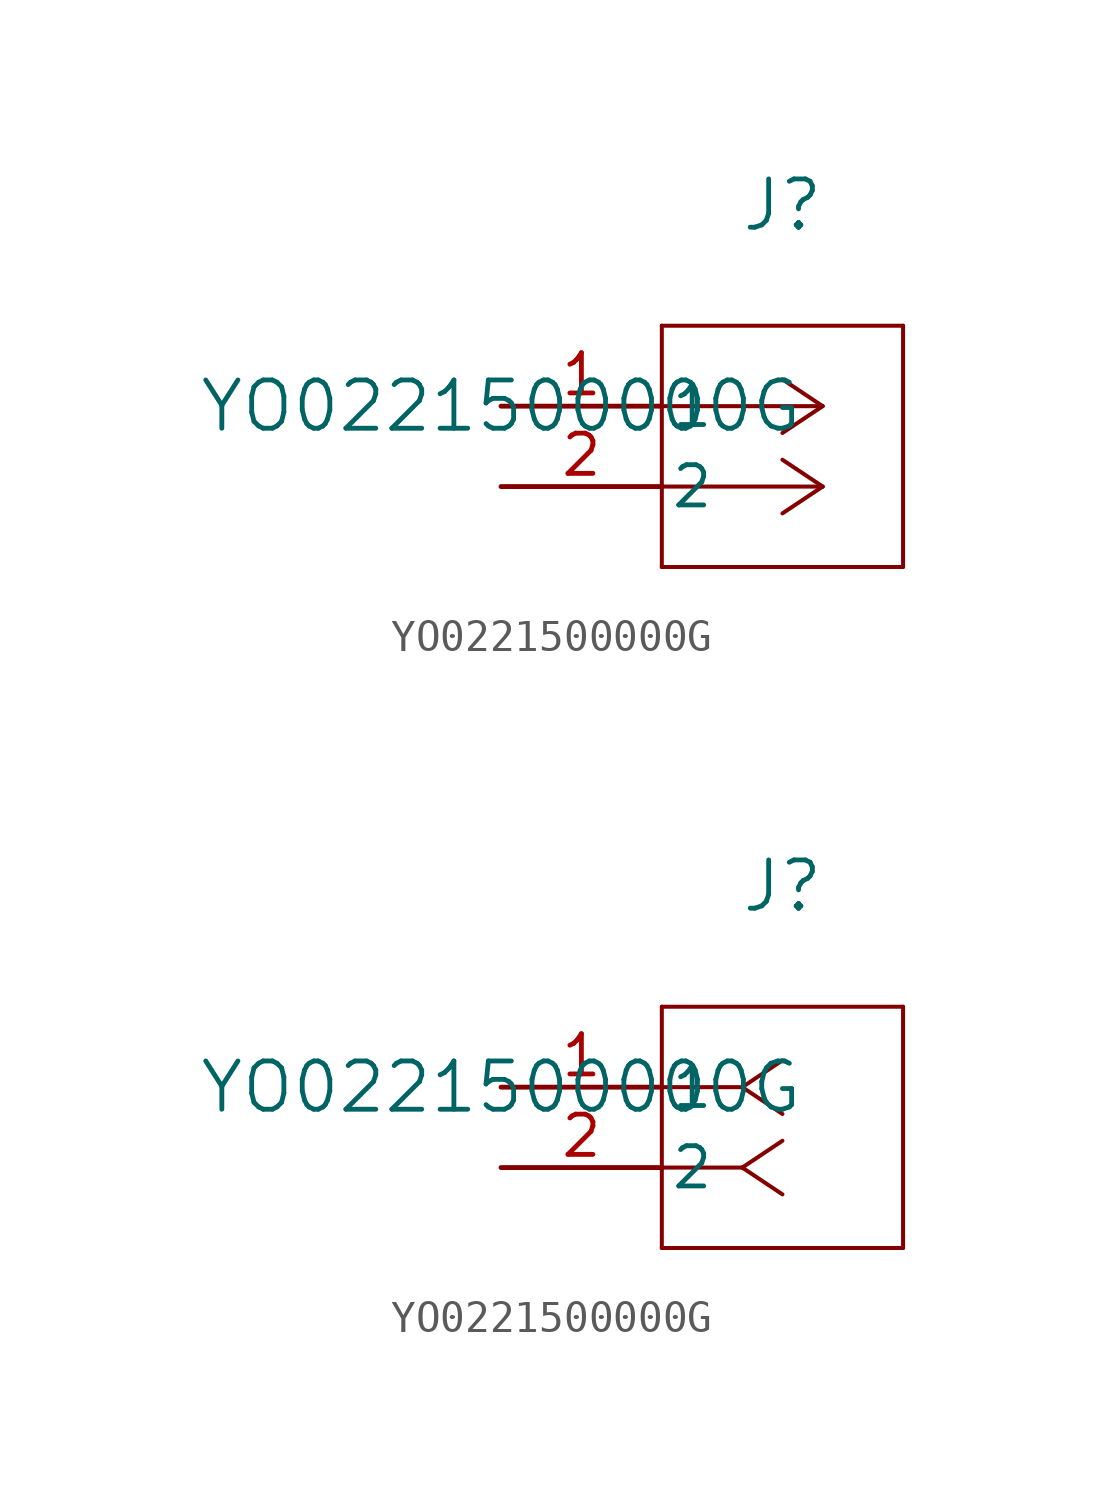
<source format=kicad_sym>
(kicad_symbol_lib
  (version 20211014)
  (generator kicad_symbol_editor)
  (symbol "YO0221500000G"
    (pin_names
      (offset 0.254))
    (property "Reference" "J"
      (at 8.89 6.35 0)
      (effects (font (size 1.524 1.524))))
    (property "Value" "YO0221500000G"
      (at 0 0 0)
      (effects (font (size 1.524 1.524))))
    (symbol "YO0221500000G_1_1"
      (polyline (pts (xy 10.16 0) (xy 5.08 0)) (stroke (width 0.127) (type default) (color 0 0 0 0)) (fill (type none)))
      (polyline (pts (xy 10.16 -2.54) (xy 5.08 -2.54)) (stroke (width 0.127) (type default) (color 0 0 0 0)) (fill (type none)))
      (polyline (pts (xy 10.16 0) (xy 8.89 0.847)) (stroke (width 0.127) (type default) (color 0 0 0 0)) (fill (type none)))
      (polyline (pts (xy 10.16 -2.54) (xy 8.89 -1.693)) (stroke (width 0.127) (type default) (color 0 0 0 0)) (fill (type none)))
      (polyline (pts (xy 10.16 0) (xy 8.89 -0.847)) (stroke (width 0.127) (type default) (color 0 0 0 0)) (fill (type none)))
      (polyline (pts (xy 10.16 -2.54) (xy 8.89 -3.387)) (stroke (width 0.127) (type default) (color 0 0 0 0)) (fill (type none)))
      (polyline (pts (xy 5.08 2.54) (xy 5.08 -5.08)) (stroke (width 0.127) (type default) (color 0 0 0 0)) (fill (type none)))
      (polyline (pts (xy 5.08 -5.08) (xy 12.7 -5.08)) (stroke (width 0.127) (type default) (color 0 0 0 0)) (fill (type none)))
      (polyline (pts (xy 12.7 -5.08) (xy 12.7 2.54)) (stroke (width 0.127) (type default) (color 0 0 0 0)) (fill (type none)))
      (polyline (pts (xy 12.7 2.54) (xy 5.08 2.54)) (stroke (width 0.127) (type default) (color 0 0 0 0)) (fill (type none)))
      (pin unspecified line (at 0 0 0) (length 5.08) (name "1" (effects (font (size 1.27 1.27)))) (number "1" (effects (font (size 1.27 1.27)))))
      (pin unspecified line (at 0 -2.54 0) (length 5.08) (name "2" (effects (font (size 1.27 1.27)))) (number "2" (effects (font (size 1.27 1.27))))))
    (symbol "YO0221500000G_1_2"
      (polyline (pts (xy 7.62 0) (xy 5.08 0)) (stroke (width 0.127) (type default) (color 0 0 0 0)) (fill (type none)))
      (polyline (pts (xy 7.62 -2.54) (xy 5.08 -2.54)) (stroke (width 0.127) (type default) (color 0 0 0 0)) (fill (type none)))
      (polyline (pts (xy 7.62 0) (xy 8.89 0.847)) (stroke (width 0.127) (type default) (color 0 0 0 0)) (fill (type none)))
      (polyline (pts (xy 7.62 -2.54) (xy 8.89 -1.693)) (stroke (width 0.127) (type default) (color 0 0 0 0)) (fill (type none)))
      (polyline (pts (xy 7.62 0) (xy 8.89 -0.847)) (stroke (width 0.127) (type default) (color 0 0 0 0)) (fill (type none)))
      (polyline (pts (xy 7.62 -2.54) (xy 8.89 -3.387)) (stroke (width 0.127) (type default) (color 0 0 0 0)) (fill (type none)))
      (polyline (pts (xy 5.08 2.54) (xy 5.08 -5.08)) (stroke (width 0.127) (type default) (color 0 0 0 0)) (fill (type none)))
      (polyline (pts (xy 5.08 -5.08) (xy 12.7 -5.08)) (stroke (width 0.127) (type default) (color 0 0 0 0)) (fill (type none)))
      (polyline (pts (xy 12.7 -5.08) (xy 12.7 2.54)) (stroke (width 0.127) (type default) (color 0 0 0 0)) (fill (type none)))
      (polyline (pts (xy 12.7 2.54) (xy 5.08 2.54)) (stroke (width 0.127) (type default) (color 0 0 0 0)) (fill (type none)))
      (pin unspecified line (at 0 0 0) (length 5.08) (name "1" (effects (font (size 1.27 1.27)))) (number "1" (effects (font (size 1.27 1.27)))))
      (pin unspecified line (at 0 -2.54 0) (length 5.08) (name "2" (effects (font (size 1.27 1.27)))) (number "2" (effects (font (size 1.27 1.27))))))))
</source>
